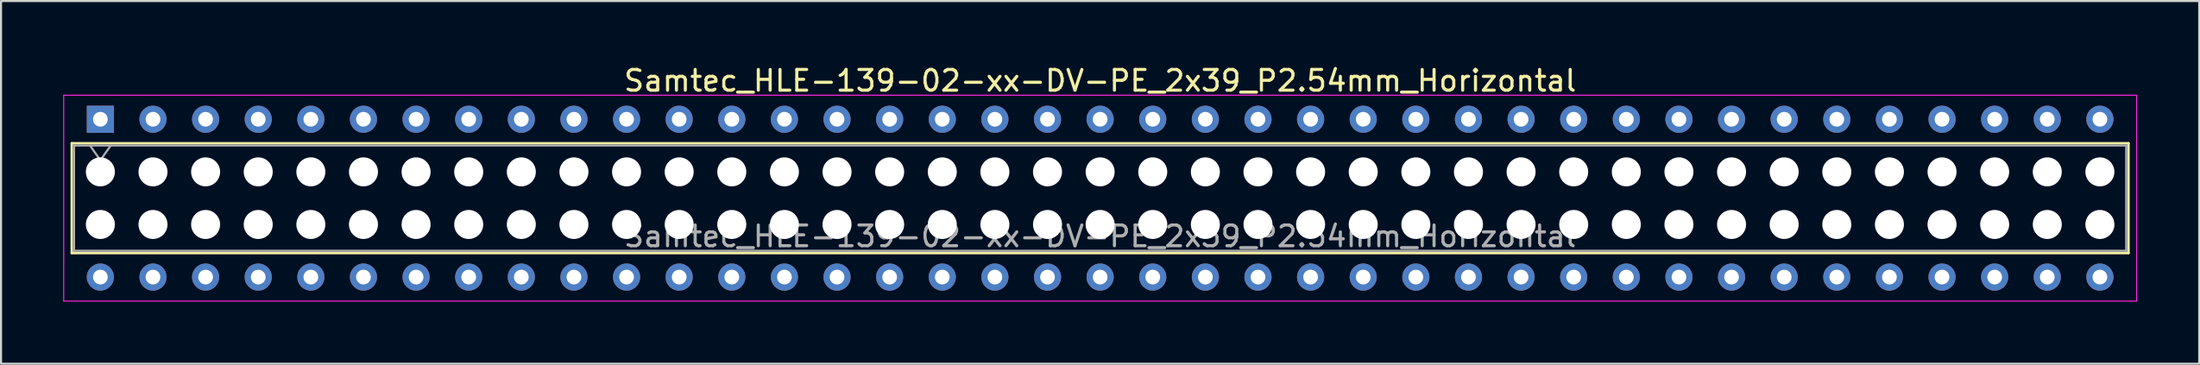
<source format=kicad_pcb>
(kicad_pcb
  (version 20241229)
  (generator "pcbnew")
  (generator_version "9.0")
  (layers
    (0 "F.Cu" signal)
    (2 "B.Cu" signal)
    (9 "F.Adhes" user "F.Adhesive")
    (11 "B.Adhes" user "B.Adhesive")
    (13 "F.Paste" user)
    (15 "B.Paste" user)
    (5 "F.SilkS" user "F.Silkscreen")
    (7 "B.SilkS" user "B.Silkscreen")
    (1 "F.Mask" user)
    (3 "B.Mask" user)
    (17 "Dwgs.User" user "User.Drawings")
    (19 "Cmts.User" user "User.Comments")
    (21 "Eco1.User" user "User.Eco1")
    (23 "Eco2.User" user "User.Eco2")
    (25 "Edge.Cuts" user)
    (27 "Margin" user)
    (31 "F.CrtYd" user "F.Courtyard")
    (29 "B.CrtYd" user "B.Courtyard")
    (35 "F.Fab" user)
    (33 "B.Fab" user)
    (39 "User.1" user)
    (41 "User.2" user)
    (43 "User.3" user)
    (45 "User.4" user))
  (footprint "Samtec_HLE-139-02-xx-DV-PE_2x39_P2.54mm_Horizontal"
    (layer "F.Cu")
    (at 1.795 2.708)
    (property "Reference" "Samtec_HLE-139-02-xx-DV-PE_2x39_P2.54mm_Horizontal" (at 48.26 -1.86 0) (layer "F.SilkS") (effects (font (size 1 1) (thickness 0.15))))
    (attr through_hole)
    (fp_line (start -1.38 1.16) (end 97.9 1.16) (stroke (width 0.12) (type solid)) (layer "F.SilkS"))
    (fp_line (start -1.38 6.46) (end -1.38 1.16) (stroke (width 0.12) (type solid)) (layer "F.SilkS"))
    (fp_line (start 97.9 1.16) (end 97.9 6.46) (stroke (width 0.12) (type solid)) (layer "F.SilkS"))
    (fp_line (start 97.9 6.46) (end -1.38 6.46) (stroke (width 0.12) (type solid)) (layer "F.SilkS"))
    (fp_line (start -1.77 -1.16) (end 98.29 -1.16) (stroke (width 0.05) (type solid)) (layer "F.CrtYd"))
    (fp_line (start -1.77 8.78) (end -1.77 -1.16) (stroke (width 0.05) (type solid)) (layer "F.CrtYd"))
    (fp_line (start 98.29 -1.16) (end 98.29 8.78) (stroke (width 0.05) (type solid)) (layer "F.CrtYd"))
    (fp_line (start 98.29 8.78) (end -1.77 8.78) (stroke (width 0.05) (type solid)) (layer "F.CrtYd"))
    (fp_line (start -1.27 1.27) (end 97.79 1.27) (stroke (width 0.1) (type solid)) (layer "F.Fab"))
    (fp_line (start -1.27 6.35) (end -1.27 1.27) (stroke (width 0.1) (type solid)) (layer "F.Fab"))
    (fp_line (start -0.5 1.27) (end 0 1.977) (stroke (width 0.1) (type solid)) (layer "F.Fab"))
    (fp_line (start 0 1.977) (end 0.5 1.27) (stroke (width 0.1) (type solid)) (layer "F.Fab"))
    (fp_line (start 97.79 1.27) (end 97.79 6.35) (stroke (width 0.1) (type solid)) (layer "F.Fab"))
    (fp_line (start 97.79 6.35) (end -1.27 6.35) (stroke (width 0.1) (type solid)) (layer "F.Fab"))
    (fp_text user "${REFERENCE}" (at 48.26 5.65 0) (layer "F.Fab") (effects (font (size 1 1) (thickness 0.15))))
    (pad "" np_thru_hole circle (at 0 2.54) (size 1.4 1.4) (drill 1.4) (layers "*.Cu" "*.Mask"))
    (pad "" np_thru_hole circle (at 0 5.08) (size 1.4 1.4) (drill 1.4) (layers "*.Cu" "*.Mask"))
    (pad "" np_thru_hole circle (at 2.54 2.54) (size 1.4 1.4) (drill 1.4) (layers "*.Cu" "*.Mask"))
    (pad "" np_thru_hole circle (at 2.54 5.08) (size 1.4 1.4) (drill 1.4) (layers "*.Cu" "*.Mask"))
    (pad "" np_thru_hole circle (at 5.08 2.54) (size 1.4 1.4) (drill 1.4) (layers "*.Cu" "*.Mask"))
    (pad "" np_thru_hole circle (at 5.08 5.08) (size 1.4 1.4) (drill 1.4) (layers "*.Cu" "*.Mask"))
    (pad "" np_thru_hole circle (at 7.62 2.54) (size 1.4 1.4) (drill 1.4) (layers "*.Cu" "*.Mask"))
    (pad "" np_thru_hole circle (at 7.62 5.08) (size 1.4 1.4) (drill 1.4) (layers "*.Cu" "*.Mask"))
    (pad "" np_thru_hole circle (at 10.16 2.54) (size 1.4 1.4) (drill 1.4) (layers "*.Cu" "*.Mask"))
    (pad "" np_thru_hole circle (at 10.16 5.08) (size 1.4 1.4) (drill 1.4) (layers "*.Cu" "*.Mask"))
    (pad "" np_thru_hole circle (at 12.7 2.54) (size 1.4 1.4) (drill 1.4) (layers "*.Cu" "*.Mask"))
    (pad "" np_thru_hole circle (at 12.7 5.08) (size 1.4 1.4) (drill 1.4) (layers "*.Cu" "*.Mask"))
    (pad "" np_thru_hole circle (at 15.24 2.54) (size 1.4 1.4) (drill 1.4) (layers "*.Cu" "*.Mask"))
    (pad "" np_thru_hole circle (at 15.24 5.08) (size 1.4 1.4) (drill 1.4) (layers "*.Cu" "*.Mask"))
    (pad "" np_thru_hole circle (at 17.78 2.54) (size 1.4 1.4) (drill 1.4) (layers "*.Cu" "*.Mask"))
    (pad "" np_thru_hole circle (at 17.78 5.08) (size 1.4 1.4) (drill 1.4) (layers "*.Cu" "*.Mask"))
    (pad "" np_thru_hole circle (at 20.32 2.54) (size 1.4 1.4) (drill 1.4) (layers "*.Cu" "*.Mask"))
    (pad "" np_thru_hole circle (at 20.32 5.08) (size 1.4 1.4) (drill 1.4) (layers "*.Cu" "*.Mask"))
    (pad "" np_thru_hole circle (at 22.86 2.54) (size 1.4 1.4) (drill 1.4) (layers "*.Cu" "*.Mask"))
    (pad "" np_thru_hole circle (at 22.86 5.08) (size 1.4 1.4) (drill 1.4) (layers "*.Cu" "*.Mask"))
    (pad "" np_thru_hole circle (at 25.4 2.54) (size 1.4 1.4) (drill 1.4) (layers "*.Cu" "*.Mask"))
    (pad "" np_thru_hole circle (at 25.4 5.08) (size 1.4 1.4) (drill 1.4) (layers "*.Cu" "*.Mask"))
    (pad "" np_thru_hole circle (at 27.94 2.54) (size 1.4 1.4) (drill 1.4) (layers "*.Cu" "*.Mask"))
    (pad "" np_thru_hole circle (at 27.94 5.08) (size 1.4 1.4) (drill 1.4) (layers "*.Cu" "*.Mask"))
    (pad "" np_thru_hole circle (at 30.48 2.54) (size 1.4 1.4) (drill 1.4) (layers "*.Cu" "*.Mask"))
    (pad "" np_thru_hole circle (at 30.48 5.08) (size 1.4 1.4) (drill 1.4) (layers "*.Cu" "*.Mask"))
    (pad "" np_thru_hole circle (at 33.02 2.54) (size 1.4 1.4) (drill 1.4) (layers "*.Cu" "*.Mask"))
    (pad "" np_thru_hole circle (at 33.02 5.08) (size 1.4 1.4) (drill 1.4) (layers "*.Cu" "*.Mask"))
    (pad "" np_thru_hole circle (at 35.56 2.54) (size 1.4 1.4) (drill 1.4) (layers "*.Cu" "*.Mask"))
    (pad "" np_thru_hole circle (at 35.56 5.08) (size 1.4 1.4) (drill 1.4) (layers "*.Cu" "*.Mask"))
    (pad "" np_thru_hole circle (at 38.1 2.54) (size 1.4 1.4) (drill 1.4) (layers "*.Cu" "*.Mask"))
    (pad "" np_thru_hole circle (at 38.1 5.08) (size 1.4 1.4) (drill 1.4) (layers "*.Cu" "*.Mask"))
    (pad "" np_thru_hole circle (at 40.64 2.54) (size 1.4 1.4) (drill 1.4) (layers "*.Cu" "*.Mask"))
    (pad "" np_thru_hole circle (at 40.64 5.08) (size 1.4 1.4) (drill 1.4) (layers "*.Cu" "*.Mask"))
    (pad "" np_thru_hole circle (at 43.18 2.54) (size 1.4 1.4) (drill 1.4) (layers "*.Cu" "*.Mask"))
    (pad "" np_thru_hole circle (at 43.18 5.08) (size 1.4 1.4) (drill 1.4) (layers "*.Cu" "*.Mask"))
    (pad "" np_thru_hole circle (at 45.72 2.54) (size 1.4 1.4) (drill 1.4) (layers "*.Cu" "*.Mask"))
    (pad "" np_thru_hole circle (at 45.72 5.08) (size 1.4 1.4) (drill 1.4) (layers "*.Cu" "*.Mask"))
    (pad "" np_thru_hole circle (at 48.26 2.54) (size 1.4 1.4) (drill 1.4) (layers "*.Cu" "*.Mask"))
    (pad "" np_thru_hole circle (at 48.26 5.08) (size 1.4 1.4) (drill 1.4) (layers "*.Cu" "*.Mask"))
    (pad "" np_thru_hole circle (at 50.8 2.54) (size 1.4 1.4) (drill 1.4) (layers "*.Cu" "*.Mask"))
    (pad "" np_thru_hole circle (at 50.8 5.08) (size 1.4 1.4) (drill 1.4) (layers "*.Cu" "*.Mask"))
    (pad "" np_thru_hole circle (at 53.34 2.54) (size 1.4 1.4) (drill 1.4) (layers "*.Cu" "*.Mask"))
    (pad "" np_thru_hole circle (at 53.34 5.08) (size 1.4 1.4) (drill 1.4) (layers "*.Cu" "*.Mask"))
    (pad "" np_thru_hole circle (at 55.88 2.54) (size 1.4 1.4) (drill 1.4) (layers "*.Cu" "*.Mask"))
    (pad "" np_thru_hole circle (at 55.88 5.08) (size 1.4 1.4) (drill 1.4) (layers "*.Cu" "*.Mask"))
    (pad "" np_thru_hole circle (at 58.42 2.54) (size 1.4 1.4) (drill 1.4) (layers "*.Cu" "*.Mask"))
    (pad "" np_thru_hole circle (at 58.42 5.08) (size 1.4 1.4) (drill 1.4) (layers "*.Cu" "*.Mask"))
    (pad "" np_thru_hole circle (at 60.96 2.54) (size 1.4 1.4) (drill 1.4) (layers "*.Cu" "*.Mask"))
    (pad "" np_thru_hole circle (at 60.96 5.08) (size 1.4 1.4) (drill 1.4) (layers "*.Cu" "*.Mask"))
    (pad "" np_thru_hole circle (at 63.5 2.54) (size 1.4 1.4) (drill 1.4) (layers "*.Cu" "*.Mask"))
    (pad "" np_thru_hole circle (at 63.5 5.08) (size 1.4 1.4) (drill 1.4) (layers "*.Cu" "*.Mask"))
    (pad "" np_thru_hole circle (at 66.04 2.54) (size 1.4 1.4) (drill 1.4) (layers "*.Cu" "*.Mask"))
    (pad "" np_thru_hole circle (at 66.04 5.08) (size 1.4 1.4) (drill 1.4) (layers "*.Cu" "*.Mask"))
    (pad "" np_thru_hole circle (at 68.58 2.54) (size 1.4 1.4) (drill 1.4) (layers "*.Cu" "*.Mask"))
    (pad "" np_thru_hole circle (at 68.58 5.08) (size 1.4 1.4) (drill 1.4) (layers "*.Cu" "*.Mask"))
    (pad "" np_thru_hole circle (at 71.12 2.54) (size 1.4 1.4) (drill 1.4) (layers "*.Cu" "*.Mask"))
    (pad "" np_thru_hole circle (at 71.12 5.08) (size 1.4 1.4) (drill 1.4) (layers "*.Cu" "*.Mask"))
    (pad "" np_thru_hole circle (at 73.66 2.54) (size 1.4 1.4) (drill 1.4) (layers "*.Cu" "*.Mask"))
    (pad "" np_thru_hole circle (at 73.66 5.08) (size 1.4 1.4) (drill 1.4) (layers "*.Cu" "*.Mask"))
    (pad "" np_thru_hole circle (at 76.2 2.54) (size 1.4 1.4) (drill 1.4) (layers "*.Cu" "*.Mask"))
    (pad "" np_thru_hole circle (at 76.2 5.08) (size 1.4 1.4) (drill 1.4) (layers "*.Cu" "*.Mask"))
    (pad "" np_thru_hole circle (at 78.74 2.54) (size 1.4 1.4) (drill 1.4) (layers "*.Cu" "*.Mask"))
    (pad "" np_thru_hole circle (at 78.74 5.08) (size 1.4 1.4) (drill 1.4) (layers "*.Cu" "*.Mask"))
    (pad "" np_thru_hole circle (at 81.28 2.54) (size 1.4 1.4) (drill 1.4) (layers "*.Cu" "*.Mask"))
    (pad "" np_thru_hole circle (at 81.28 5.08) (size 1.4 1.4) (drill 1.4) (layers "*.Cu" "*.Mask"))
    (pad "" np_thru_hole circle (at 83.82 2.54) (size 1.4 1.4) (drill 1.4) (layers "*.Cu" "*.Mask"))
    (pad "" np_thru_hole circle (at 83.82 5.08) (size 1.4 1.4) (drill 1.4) (layers "*.Cu" "*.Mask"))
    (pad "" np_thru_hole circle (at 86.36 2.54) (size 1.4 1.4) (drill 1.4) (layers "*.Cu" "*.Mask"))
    (pad "" np_thru_hole circle (at 86.36 5.08) (size 1.4 1.4) (drill 1.4) (layers "*.Cu" "*.Mask"))
    (pad "" np_thru_hole circle (at 88.9 2.54) (size 1.4 1.4) (drill 1.4) (layers "*.Cu" "*.Mask"))
    (pad "" np_thru_hole circle (at 88.9 5.08) (size 1.4 1.4) (drill 1.4) (layers "*.Cu" "*.Mask"))
    (pad "" np_thru_hole circle (at 91.44 2.54) (size 1.4 1.4) (drill 1.4) (layers "*.Cu" "*.Mask"))
    (pad "" np_thru_hole circle (at 91.44 5.08) (size 1.4 1.4) (drill 1.4) (layers "*.Cu" "*.Mask"))
    (pad "" np_thru_hole circle (at 93.98 2.54) (size 1.4 1.4) (drill 1.4) (layers "*.Cu" "*.Mask"))
    (pad "" np_thru_hole circle (at 93.98 5.08) (size 1.4 1.4) (drill 1.4) (layers "*.Cu" "*.Mask"))
    (pad "" np_thru_hole circle (at 96.52 2.54) (size 1.4 1.4) (drill 1.4) (layers "*.Cu" "*.Mask"))
    (pad "" np_thru_hole circle (at 96.52 5.08) (size 1.4 1.4) (drill 1.4) (layers "*.Cu" "*.Mask"))
    (pad "1" thru_hole rect (at 0 0) (size 1.31 1.31) (drill 0.71) (layers "*.Cu" "*.Mask"))
    (pad "2" thru_hole circle (at 0 7.62) (size 1.31 1.31) (drill 0.71) (layers "*.Cu" "*.Mask"))
    (pad "3" thru_hole circle (at 2.54 0) (size 1.31 1.31) (drill 0.71) (layers "*.Cu" "*.Mask"))
    (pad "4" thru_hole circle (at 2.54 7.62) (size 1.31 1.31) (drill 0.71) (layers "*.Cu" "*.Mask"))
    (pad "5" thru_hole circle (at 5.08 0) (size 1.31 1.31) (drill 0.71) (layers "*.Cu" "*.Mask"))
    (pad "6" thru_hole circle (at 5.08 7.62) (size 1.31 1.31) (drill 0.71) (layers "*.Cu" "*.Mask"))
    (pad "7" thru_hole circle (at 7.62 0) (size 1.31 1.31) (drill 0.71) (layers "*.Cu" "*.Mask"))
    (pad "8" thru_hole circle (at 7.62 7.62) (size 1.31 1.31) (drill 0.71) (layers "*.Cu" "*.Mask"))
    (pad "9" thru_hole circle (at 10.16 0) (size 1.31 1.31) (drill 0.71) (layers "*.Cu" "*.Mask"))
    (pad "10" thru_hole circle (at 10.16 7.62) (size 1.31 1.31) (drill 0.71) (layers "*.Cu" "*.Mask"))
    (pad "11" thru_hole circle (at 12.7 0) (size 1.31 1.31) (drill 0.71) (layers "*.Cu" "*.Mask"))
    (pad "12" thru_hole circle (at 12.7 7.62) (size 1.31 1.31) (drill 0.71) (layers "*.Cu" "*.Mask"))
    (pad "13" thru_hole circle (at 15.24 0) (size 1.31 1.31) (drill 0.71) (layers "*.Cu" "*.Mask"))
    (pad "14" thru_hole circle (at 15.24 7.62) (size 1.31 1.31) (drill 0.71) (layers "*.Cu" "*.Mask"))
    (pad "15" thru_hole circle (at 17.78 0) (size 1.31 1.31) (drill 0.71) (layers "*.Cu" "*.Mask"))
    (pad "16" thru_hole circle (at 17.78 7.62) (size 1.31 1.31) (drill 0.71) (layers "*.Cu" "*.Mask"))
    (pad "17" thru_hole circle (at 20.32 0) (size 1.31 1.31) (drill 0.71) (layers "*.Cu" "*.Mask"))
    (pad "18" thru_hole circle (at 20.32 7.62) (size 1.31 1.31) (drill 0.71) (layers "*.Cu" "*.Mask"))
    (pad "19" thru_hole circle (at 22.86 0) (size 1.31 1.31) (drill 0.71) (layers "*.Cu" "*.Mask"))
    (pad "20" thru_hole circle (at 22.86 7.62) (size 1.31 1.31) (drill 0.71) (layers "*.Cu" "*.Mask"))
    (pad "21" thru_hole circle (at 25.4 0) (size 1.31 1.31) (drill 0.71) (layers "*.Cu" "*.Mask"))
    (pad "22" thru_hole circle (at 25.4 7.62) (size 1.31 1.31) (drill 0.71) (layers "*.Cu" "*.Mask"))
    (pad "23" thru_hole circle (at 27.94 0) (size 1.31 1.31) (drill 0.71) (layers "*.Cu" "*.Mask"))
    (pad "24" thru_hole circle (at 27.94 7.62) (size 1.31 1.31) (drill 0.71) (layers "*.Cu" "*.Mask"))
    (pad "25" thru_hole circle (at 30.48 0) (size 1.31 1.31) (drill 0.71) (layers "*.Cu" "*.Mask"))
    (pad "26" thru_hole circle (at 30.48 7.62) (size 1.31 1.31) (drill 0.71) (layers "*.Cu" "*.Mask"))
    (pad "27" thru_hole circle (at 33.02 0) (size 1.31 1.31) (drill 0.71) (layers "*.Cu" "*.Mask"))
    (pad "28" thru_hole circle (at 33.02 7.62) (size 1.31 1.31) (drill 0.71) (layers "*.Cu" "*.Mask"))
    (pad "29" thru_hole circle (at 35.56 0) (size 1.31 1.31) (drill 0.71) (layers "*.Cu" "*.Mask"))
    (pad "30" thru_hole circle (at 35.56 7.62) (size 1.31 1.31) (drill 0.71) (layers "*.Cu" "*.Mask"))
    (pad "31" thru_hole circle (at 38.1 0) (size 1.31 1.31) (drill 0.71) (layers "*.Cu" "*.Mask"))
    (pad "32" thru_hole circle (at 38.1 7.62) (size 1.31 1.31) (drill 0.71) (layers "*.Cu" "*.Mask"))
    (pad "33" thru_hole circle (at 40.64 0) (size 1.31 1.31) (drill 0.71) (layers "*.Cu" "*.Mask"))
    (pad "34" thru_hole circle (at 40.64 7.62) (size 1.31 1.31) (drill 0.71) (layers "*.Cu" "*.Mask"))
    (pad "35" thru_hole circle (at 43.18 0) (size 1.31 1.31) (drill 0.71) (layers "*.Cu" "*.Mask"))
    (pad "36" thru_hole circle (at 43.18 7.62) (size 1.31 1.31) (drill 0.71) (layers "*.Cu" "*.Mask"))
    (pad "37" thru_hole circle (at 45.72 0) (size 1.31 1.31) (drill 0.71) (layers "*.Cu" "*.Mask"))
    (pad "38" thru_hole circle (at 45.72 7.62) (size 1.31 1.31) (drill 0.71) (layers "*.Cu" "*.Mask"))
    (pad "39" thru_hole circle (at 48.26 0) (size 1.31 1.31) (drill 0.71) (layers "*.Cu" "*.Mask"))
    (pad "40" thru_hole circle (at 48.26 7.62) (size 1.31 1.31) (drill 0.71) (layers "*.Cu" "*.Mask"))
    (pad "41" thru_hole circle (at 50.8 0) (size 1.31 1.31) (drill 0.71) (layers "*.Cu" "*.Mask"))
    (pad "42" thru_hole circle (at 50.8 7.62) (size 1.31 1.31) (drill 0.71) (layers "*.Cu" "*.Mask"))
    (pad "43" thru_hole circle (at 53.34 0) (size 1.31 1.31) (drill 0.71) (layers "*.Cu" "*.Mask"))
    (pad "44" thru_hole circle (at 53.34 7.62) (size 1.31 1.31) (drill 0.71) (layers "*.Cu" "*.Mask"))
    (pad "45" thru_hole circle (at 55.88 0) (size 1.31 1.31) (drill 0.71) (layers "*.Cu" "*.Mask"))
    (pad "46" thru_hole circle (at 55.88 7.62) (size 1.31 1.31) (drill 0.71) (layers "*.Cu" "*.Mask"))
    (pad "47" thru_hole circle (at 58.42 0) (size 1.31 1.31) (drill 0.71) (layers "*.Cu" "*.Mask"))
    (pad "48" thru_hole circle (at 58.42 7.62) (size 1.31 1.31) (drill 0.71) (layers "*.Cu" "*.Mask"))
    (pad "49" thru_hole circle (at 60.96 0) (size 1.31 1.31) (drill 0.71) (layers "*.Cu" "*.Mask"))
    (pad "50" thru_hole circle (at 60.96 7.62) (size 1.31 1.31) (drill 0.71) (layers "*.Cu" "*.Mask"))
    (pad "51" thru_hole circle (at 63.5 0) (size 1.31 1.31) (drill 0.71) (layers "*.Cu" "*.Mask"))
    (pad "52" thru_hole circle (at 63.5 7.62) (size 1.31 1.31) (drill 0.71) (layers "*.Cu" "*.Mask"))
    (pad "53" thru_hole circle (at 66.04 0) (size 1.31 1.31) (drill 0.71) (layers "*.Cu" "*.Mask"))
    (pad "54" thru_hole circle (at 66.04 7.62) (size 1.31 1.31) (drill 0.71) (layers "*.Cu" "*.Mask"))
    (pad "55" thru_hole circle (at 68.58 0) (size 1.31 1.31) (drill 0.71) (layers "*.Cu" "*.Mask"))
    (pad "56" thru_hole circle (at 68.58 7.62) (size 1.31 1.31) (drill 0.71) (layers "*.Cu" "*.Mask"))
    (pad "57" thru_hole circle (at 71.12 0) (size 1.31 1.31) (drill 0.71) (layers "*.Cu" "*.Mask"))
    (pad "58" thru_hole circle (at 71.12 7.62) (size 1.31 1.31) (drill 0.71) (layers "*.Cu" "*.Mask"))
    (pad "59" thru_hole circle (at 73.66 0) (size 1.31 1.31) (drill 0.71) (layers "*.Cu" "*.Mask"))
    (pad "60" thru_hole circle (at 73.66 7.62) (size 1.31 1.31) (drill 0.71) (layers "*.Cu" "*.Mask"))
    (pad "61" thru_hole circle (at 76.2 0) (size 1.31 1.31) (drill 0.71) (layers "*.Cu" "*.Mask"))
    (pad "62" thru_hole circle (at 76.2 7.62) (size 1.31 1.31) (drill 0.71) (layers "*.Cu" "*.Mask"))
    (pad "63" thru_hole circle (at 78.74 0) (size 1.31 1.31) (drill 0.71) (layers "*.Cu" "*.Mask"))
    (pad "64" thru_hole circle (at 78.74 7.62) (size 1.31 1.31) (drill 0.71) (layers "*.Cu" "*.Mask"))
    (pad "65" thru_hole circle (at 81.28 0) (size 1.31 1.31) (drill 0.71) (layers "*.Cu" "*.Mask"))
    (pad "66" thru_hole circle (at 81.28 7.62) (size 1.31 1.31) (drill 0.71) (layers "*.Cu" "*.Mask"))
    (pad "67" thru_hole circle (at 83.82 0) (size 1.31 1.31) (drill 0.71) (layers "*.Cu" "*.Mask"))
    (pad "68" thru_hole circle (at 83.82 7.62) (size 1.31 1.31) (drill 0.71) (layers "*.Cu" "*.Mask"))
    (pad "69" thru_hole circle (at 86.36 0) (size 1.31 1.31) (drill 0.71) (layers "*.Cu" "*.Mask"))
    (pad "70" thru_hole circle (at 86.36 7.62) (size 1.31 1.31) (drill 0.71) (layers "*.Cu" "*.Mask"))
    (pad "71" thru_hole circle (at 88.9 0) (size 1.31 1.31) (drill 0.71) (layers "*.Cu" "*.Mask"))
    (pad "72" thru_hole circle (at 88.9 7.62) (size 1.31 1.31) (drill 0.71) (layers "*.Cu" "*.Mask"))
    (pad "73" thru_hole circle (at 91.44 0) (size 1.31 1.31) (drill 0.71) (layers "*.Cu" "*.Mask"))
    (pad "74" thru_hole circle (at 91.44 7.62) (size 1.31 1.31) (drill 0.71) (layers "*.Cu" "*.Mask"))
    (pad "75" thru_hole circle (at 93.98 0) (size 1.31 1.31) (drill 0.71) (layers "*.Cu" "*.Mask"))
    (pad "76" thru_hole circle (at 93.98 7.62) (size 1.31 1.31) (drill 0.71) (layers "*.Cu" "*.Mask"))
    (pad "77" thru_hole circle (at 96.52 0) (size 1.31 1.31) (drill 0.71) (layers "*.Cu" "*.Mask"))
    (pad "78" thru_hole circle (at 96.52 7.62) (size 1.31 1.31) (drill 0.71) (layers "*.Cu" "*.Mask")))
  (gr_rect
    (start -3 -3)
    (end 103.11 14.513)
    (stroke (width 0.1) (type default))
    (fill no)
    (layer "Edge.Cuts")))
</source>
